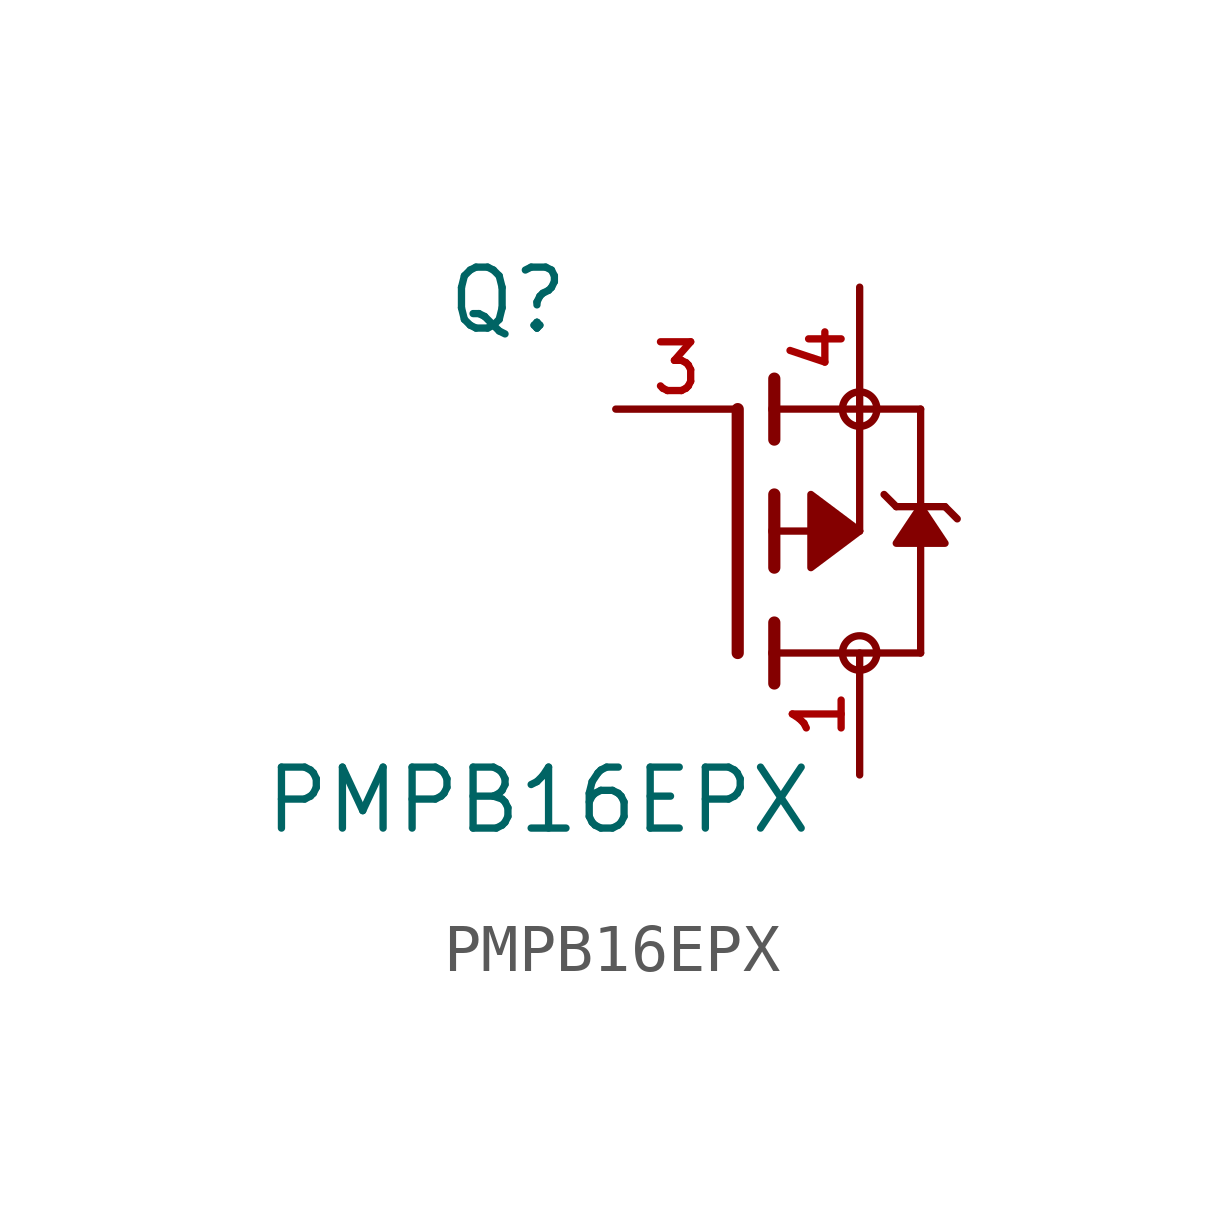
<source format=kicad_sym>
(kicad_symbol_lib
  (version 20231120)
  (generator "kicad_symbol_editor")
  (generator_version "8.0")
  (symbol "PMPB16EPX"
    (pin_names
      (offset 1.016))
    (property "Reference" "Q"
      (at -6.096 4.064 0)
      (effects (font (size 1.27 1.27)) (justify left bottom)))
    (property "Value" "PMPB16EPX"
      (at -9.906 -6.35 0)
      (effects (font (size 1.27 1.27)) (justify left bottom)))
    (symbol "PMPB16EPX_0_0"
      (polyline (pts (xy 0 -2.54) (xy 0 2.54)) (stroke (width 0.254) (type default)) (fill (type none)))
      (polyline (pts (xy 0.762 -3.175) (xy 0.762 -2.54)) (stroke (width 0.254) (type default)) (fill (type none)))
      (polyline (pts (xy 0.762 -2.54) (xy 0.762 -1.905)) (stroke (width 0.254) (type default)) (fill (type none)))
      (polyline (pts (xy 0.762 -2.54) (xy 3.81 -2.54)) (stroke (width 0.152) (type default)) (fill (type none)))
      (polyline (pts (xy 0.762 -0.762) (xy 0.762 0)) (stroke (width 0.254) (type default)) (fill (type none)))
      (polyline (pts (xy 0.762 0) (xy 0.762 0.762)) (stroke (width 0.254) (type default)) (fill (type none)))
      (polyline (pts (xy 0.762 0) (xy 2.54 0)) (stroke (width 0.152) (type default)) (fill (type none)))
      (polyline (pts (xy 0.762 1.905) (xy 0.762 2.54)) (stroke (width 0.254) (type default)) (fill (type none)))
      (polyline (pts (xy 0.762 2.54) (xy 0.762 3.175)) (stroke (width 0.254) (type default)) (fill (type none)))
      (polyline (pts (xy 2.54 0) (xy 2.54 2.54)) (stroke (width 0.152) (type default)) (fill (type none)))
      (polyline (pts (xy 2.54 2.54) (xy 0.762 2.54)) (stroke (width 0.152) (type default)) (fill (type none)))
      (polyline (pts (xy 2.54 2.54) (xy 3.81 2.54)) (stroke (width 0.152) (type default)) (fill (type none)))
      (polyline (pts (xy 3.048 0.762) (xy 3.302 0.508)) (stroke (width 0.152) (type default)) (fill (type none)))
      (polyline (pts (xy 3.302 0.508) (xy 3.81 0.508)) (stroke (width 0.152) (type default)) (fill (type none)))
      (polyline (pts (xy 3.81 -2.54) (xy 3.81 0.508)) (stroke (width 0.152) (type default)) (fill (type none)))
      (polyline (pts (xy 3.81 0.508) (xy 3.81 2.54)) (stroke (width 0.152) (type default)) (fill (type none)))
      (polyline (pts (xy 3.81 0.508) (xy 4.318 0.508)) (stroke (width 0.152) (type default)) (fill (type none)))
      (polyline (pts (xy 4.318 0.508) (xy 4.572 0.254)) (stroke (width 0.152) (type default)) (fill (type none)))
      (polyline (pts (xy 2.54 0) (xy 1.524 0.762) (xy 1.524 -0.762) (xy 2.54 0)) (stroke (width 0.152) (type default)) (fill (type outline)))
      (polyline (pts (xy 3.81 0.508) (xy 4.318 -0.254) (xy 3.302 -0.254) (xy 3.81 0.508)) (stroke (width 0.152) (type default)) (fill (type outline)))
      (circle (center 2.54 -2.54) (radius 0.359) (stroke (width 0) (type default)) (fill (type none)))
      (circle (center 2.54 2.54) (radius 0.359) (stroke (width 0) (type default)) (fill (type none)))
      (pin passive line (at 2.54 -5.08 90) (length 2.54) (name "~" (effects (font (size 1.016 1.016)))) (number "1" (effects (font (size 1.016 1.016)))))
      (pin passive line (at -2.54 2.54 0) (length 2.54) (name "~" (effects (font (size 1.016 1.016)))) (number "3" (effects (font (size 1.016 1.016)))))
      (pin passive line (at 2.54 5.08 270) (length 2.54) (name "~" (effects (font (size 1.016 1.016)))) (number "4" (effects (font (size 1.016 1.016))))))
    (symbol "PMPB16EPX_1_0"
      (pin passive line (at 2.54 -5.08 90) (length 2.54) hide (name "~" (effects (font (size 1.016 1.016)))) (number "2" (effects (font (size 1.016 1.016)))))
      (pin passive line (at 2.54 -5.08 90) (length 2.54) hide (name "~" (effects (font (size 1.016 1.016)))) (number "5" (effects (font (size 1.016 1.016)))))
      (pin passive line (at 2.54 -5.08 90) (length 2.54) hide (name "~" (effects (font (size 1.016 1.016)))) (number "6" (effects (font (size 1.016 1.016)))))
      (pin passive line (at 2.54 -5.08 90) (length 2.54) hide (name "~" (effects (font (size 1.016 1.016)))) (number "7" (effects (font (size 1.016 1.016)))))
      (pin passive line (at 2.54 5.08 270) (length 2.54) hide (name "~" (effects (font (size 1.016 1.016)))) (number "8" (effects (font (size 1.016 1.016))))))))
</source>
